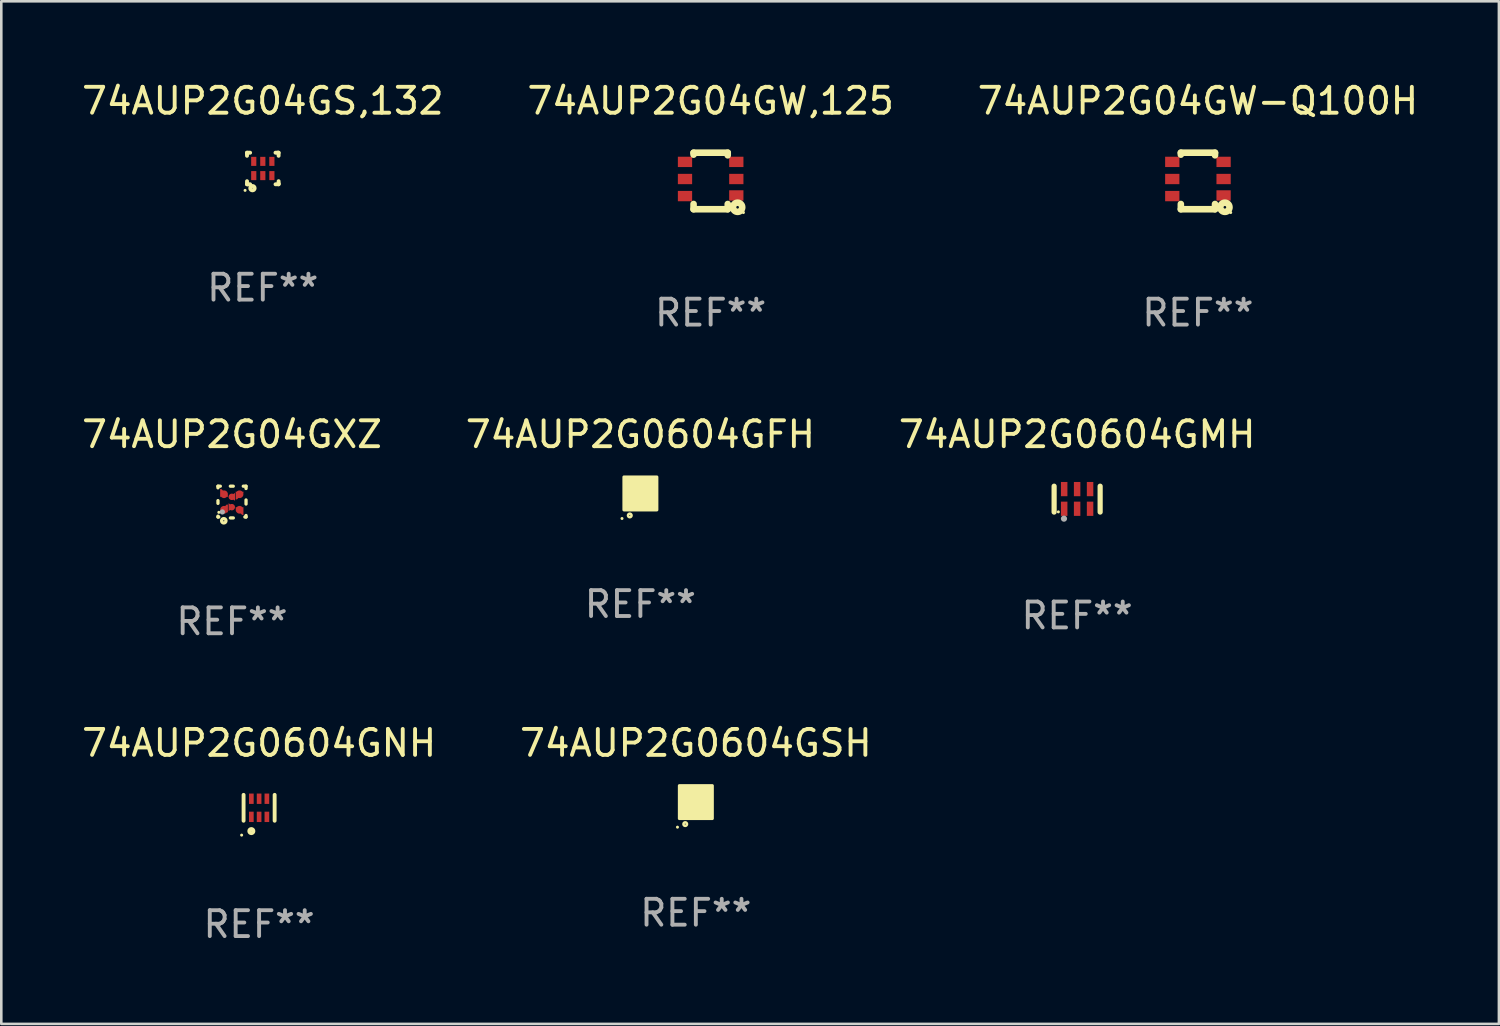
<source format=kicad_pcb>
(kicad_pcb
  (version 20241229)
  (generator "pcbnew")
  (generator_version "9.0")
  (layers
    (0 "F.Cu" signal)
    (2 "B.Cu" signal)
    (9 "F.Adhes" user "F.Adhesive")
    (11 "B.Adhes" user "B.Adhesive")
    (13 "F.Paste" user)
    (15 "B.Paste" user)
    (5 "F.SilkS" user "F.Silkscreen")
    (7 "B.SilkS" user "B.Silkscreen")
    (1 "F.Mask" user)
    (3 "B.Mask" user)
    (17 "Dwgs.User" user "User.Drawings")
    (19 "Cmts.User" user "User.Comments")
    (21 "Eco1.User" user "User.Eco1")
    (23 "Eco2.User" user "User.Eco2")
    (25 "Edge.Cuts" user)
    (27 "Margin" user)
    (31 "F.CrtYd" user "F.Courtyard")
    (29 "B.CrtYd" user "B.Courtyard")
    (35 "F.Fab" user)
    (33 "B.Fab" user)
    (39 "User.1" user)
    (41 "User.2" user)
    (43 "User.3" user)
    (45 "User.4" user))
  (footprint "74AUP2G0604GMH"
    (layer "F.Cu")
    (at 38.554 16.229)
    (property "Reference" "74AUP2G0604GMH" (at 0 -2.5 0) (layer "F.SilkS") (effects (font (size 1 1) (thickness 0.15))))
    (attr through_hole)
    (fp_line (start -0.889 0.5) (end -0.889 -0.5) (stroke (width 0.2) (type solid)) (layer "F.SilkS"))
    (fp_line (start 0.889 0.5) (end 0.889 -0.5) (stroke (width 0.2) (type solid)) (layer "F.SilkS"))
    (fp_circle (center -0.725 0.492) (end -0.695 0.492) (stroke (width 0.06) (type solid)) (fill no) (layer "F.SilkS"))
    (fp_circle (center -0.508 0.754) (end -0.448 0.754) (stroke (width 0.12) (type solid)) (fill no) (layer "F.Fab"))
    (fp_text user "REF**" (at 0 4.5 0) (layer "F.Fab") (effects (font (size 1 1) (thickness 0.15))))
    (pad "1" smd rect (at -0.5 0.372) (size 0.25 0.55) (layers "F.Cu" "F.Mask" "F.Paste"))
    (pad "2" smd rect (at -0.000127 0.372) (size 0.25 0.55) (layers "F.Cu" "F.Mask" "F.Paste"))
    (pad "3" smd rect (at 0.5 0.372) (size 0.25 0.55) (layers "F.Cu" "F.Mask" "F.Paste"))
    (pad "4" smd rect (at 0.5 -0.388 180) (size 0.25 0.55) (layers "F.Cu" "F.Mask" "F.Paste"))
    (pad "5" smd rect (at -0.000127 -0.388 180) (size 0.25 0.55) (layers "F.Cu" "F.Mask" "F.Paste"))
    (pad "6" smd rect (at -0.5 -0.388 180) (size 0.25 0.55) (layers "F.Cu" "F.Mask" "F.Paste")))
  (footprint "74AUP2G0604GFH"
    (layer "F.Cu")
    (at 21.685 16.009)
    (property "Reference" "74AUP2G0604GFH" (at 0 -2.28 0) (layer "F.SilkS") (effects (font (size 1 1) (thickness 0.15))))
    (attr through_hole)
    (fp_circle (center -0.71 0.968) (end -0.68 0.968) (stroke (width 0.06) (type solid)) (fill no) (layer "F.SilkS"))
    (fp_circle (center -0.41 0.85) (end -0.342 0.85) (stroke (width 0.1) (type solid)) (fill no) (layer "F.SilkS"))
    (fp_poly (pts (xy -0.635 -0.635) (xy 0.635 -0.635) (xy 0.635 0.635) (xy -0.635 0.635)) (stroke (width 0.12) (type solid)) (fill yes) (layer "F.SilkS"))
    (fp_text user "REF**" (at 0 4.28 0) (layer "F.Fab") (effects (font (size 1 1) (thickness 0.15))))
    (pad "1" smd rect (at -0.35 0.28 90) (size 0.35 0.2) (layers "F.Cu" "F.Mask" "F.Paste"))
    (pad "2" smd rect (at 0 0.28 90) (size 0.35 0.2) (layers "F.Cu" "F.Mask" "F.Paste"))
    (pad "3" smd rect (at 0.35 0.28 90) (size 0.35 0.2) (layers "F.Cu" "F.Mask" "F.Paste"))
    (pad "4" smd rect (at 0.35 -0.28 90) (size 0.35 0.2) (layers "F.Cu" "F.Mask" "F.Paste"))
    (pad "5" smd rect (at 0 -0.28 90) (size 0.35 0.2) (layers "F.Cu" "F.Mask" "F.Paste"))
    (pad "6" smd rect (at -0.35 -0.28 90) (size 0.35 0.2) (layers "F.Cu" "F.Mask" "F.Paste")))
  (footprint "74AUP2G0604GSH"
    (layer "F.Cu")
    (at 23.827 27.931)
    (property "Reference" "74AUP2G0604GSH" (at 0 -2.28 0) (layer "F.SilkS") (effects (font (size 1 1) (thickness 0.15))))
    (attr through_hole)
    (fp_circle (center -0.71 0.968) (end -0.68 0.968) (stroke (width 0.06) (type solid)) (fill no) (layer "F.SilkS"))
    (fp_circle (center -0.41 0.85) (end -0.342 0.85) (stroke (width 0.1) (type solid)) (fill no) (layer "F.SilkS"))
    (fp_poly (pts (xy -0.635 -0.635) (xy 0.635 -0.635) (xy 0.635 0.635) (xy -0.635 0.635)) (stroke (width 0.12) (type solid)) (fill yes) (layer "F.SilkS"))
    (fp_text user "REF**" (at 0 4.28 0) (layer "F.Fab") (effects (font (size 1 1) (thickness 0.15))))
    (pad "1" smd rect (at -0.35 0.28 90) (size 0.35 0.2) (layers "F.Cu" "F.Mask" "F.Paste"))
    (pad "2" smd rect (at 0 0.28 90) (size 0.35 0.2) (layers "F.Cu" "F.Mask" "F.Paste"))
    (pad "3" smd rect (at 0.35 0.28 90) (size 0.35 0.2) (layers "F.Cu" "F.Mask" "F.Paste"))
    (pad "4" smd rect (at 0.35 -0.28 90) (size 0.35 0.2) (layers "F.Cu" "F.Mask" "F.Paste"))
    (pad "5" smd rect (at 0 -0.28 90) (size 0.35 0.2) (layers "F.Cu" "F.Mask" "F.Paste"))
    (pad "6" smd rect (at -0.35 -0.28 90) (size 0.35 0.2) (layers "F.Cu" "F.Mask" "F.Paste")))
  (footprint "74AUP2G04GW,125"
    (layer "F.Cu")
    (at 24.399 3.94)
    (property "Reference" "74AUP2G04GW,125" (at 0 -3.092 0) (layer "F.SilkS") (effects (font (size 1 1) (thickness 0.15))))
    (attr through_hole)
    (fp_line (start -0.66 -1.092) (end -0.66 -1.016) (stroke (width 0.254) (type solid)) (layer "F.SilkS"))
    (fp_line (start -0.66 1.092) (end -0.66 0.889) (stroke (width 0.254) (type solid)) (layer "F.SilkS"))
    (fp_line (start 0.66 -1.092) (end -0.66 -1.092) (stroke (width 0.254) (type solid)) (layer "F.SilkS"))
    (fp_line (start 0.66 -0.991) (end 0.66 -1.092) (stroke (width 0.254) (type solid)) (layer "F.SilkS"))
    (fp_line (start 0.66 0.889) (end 0.66 1.092) (stroke (width 0.254) (type solid)) (layer "F.SilkS"))
    (fp_line (start 0.66 1.092) (end -0.66 1.092) (stroke (width 0.254) (type solid)) (layer "F.SilkS"))
    (fp_circle (center 1.041 1.016) (end 1.092 1.016) (stroke (width 0.254) (type solid)) (fill no) (layer "F.SilkS"))
    (fp_circle (center 1.266 1.219) (end 1.296 1.219) (stroke (width 0.06) (type solid)) (fill no) (layer "F.SilkS"))
    (fp_text user "REF**" (at 0 5.092 0) (layer "F.Fab") (effects (font (size 1 1) (thickness 0.15))))
    (pad "1" smd rect (at 0.991 0.559 270) (size 0.399 0.551) (layers "F.Cu" "F.Mask" "F.Paste"))
    (pad "2" smd rect (at 0.991 -0.076 270) (size 0.399 0.551) (layers "F.Cu" "F.Mask" "F.Paste"))
    (pad "3" smd rect (at 0.991 -0.737 270) (size 0.399 0.551) (layers "F.Cu" "F.Mask" "F.Paste"))
    (pad "4" smd rect (at -0.991 -0.737 270) (size 0.399 0.551) (layers "F.Cu" "F.Mask" "F.Paste"))
    (pad "5" smd rect (at -0.991 -0.076 270) (size 0.399 0.551) (layers "F.Cu" "F.Mask" "F.Paste"))
    (pad "6" smd rect (at -0.991 0.584 270) (size 0.399 0.551) (layers "F.Cu" "F.Mask" "F.Paste")))
  (footprint "74AUP2G04GS,132"
    (layer "F.Cu")
    (at 7.101 3.458)
    (property "Reference" "74AUP2G04GS,132" (at 0 -2.61 0) (layer "F.SilkS") (effects (font (size 1 1) (thickness 0.15))))
    (attr through_hole)
    (fp_line (start -0.61 -0.61) (end -0.49 -0.61) (stroke (width 0.15) (type solid)) (layer "F.SilkS"))
    (fp_line (start -0.61 -0.58) (end -0.61 -0.61) (stroke (width 0.15) (type solid)) (layer "F.SilkS"))
    (fp_line (start -0.61 -0.49) (end -0.61 -0.58) (stroke (width 0.15) (type solid)) (layer "F.SilkS"))
    (fp_line (start -0.61 0.61) (end -0.61 0.491) (stroke (width 0.15) (type solid)) (layer "F.SilkS"))
    (fp_line (start -0.58 0.61) (end -0.61 0.61) (stroke (width 0.15) (type solid)) (layer "F.SilkS"))
    (fp_line (start -0.49 0.61) (end -0.58 0.61) (stroke (width 0.15) (type solid)) (layer "F.SilkS"))
    (fp_line (start 0.49 -0.61) (end 0.58 -0.61) (stroke (width 0.15) (type solid)) (layer "F.SilkS"))
    (fp_line (start 0.58 -0.61) (end 0.61 -0.61) (stroke (width 0.15) (type solid)) (layer "F.SilkS"))
    (fp_line (start 0.61 -0.61) (end 0.61 -0.49) (stroke (width 0.15) (type solid)) (layer "F.SilkS"))
    (fp_line (start 0.61 0.49) (end 0.61 0.58) (stroke (width 0.15) (type solid)) (layer "F.SilkS"))
    (fp_line (start 0.61 0.58) (end 0.61 0.61) (stroke (width 0.15) (type solid)) (layer "F.SilkS"))
    (fp_line (start 0.61 0.61) (end 0.491 0.61) (stroke (width 0.15) (type solid)) (layer "F.SilkS"))
    (fp_circle (center -0.685 0.845) (end -0.655 0.845) (stroke (width 0.06) (type solid)) (fill no) (layer "F.SilkS"))
    (fp_circle (center -0.4 0.76) (end -0.39 0.76) (stroke (width 0.15) (type solid)) (fill no) (layer "F.SilkS"))
    (fp_text user "REF**" (at 0 4.61 0) (layer "F.Fab") (effects (font (size 1 1) (thickness 0.15))))
    (pad "1" smd rect (at -0.35 0.275) (size 0.2 0.35) (layers "F.Cu" "F.Mask" "F.Paste"))
    (pad "2" smd rect (at -0.000038 0.275) (size 0.2 0.35) (layers "F.Cu" "F.Mask" "F.Paste"))
    (pad "3" smd rect (at 0.35 0.275) (size 0.2 0.35) (layers "F.Cu" "F.Mask" "F.Paste"))
    (pad "4" smd rect (at 0.35 -0.275) (size 0.2 0.35) (layers "F.Cu" "F.Mask" "F.Paste"))
    (pad "5" smd rect (at -0.000038 -0.275) (size 0.2 0.35) (layers "F.Cu" "F.Mask" "F.Paste"))
    (pad "6" smd rect (at -0.35 -0.275) (size 0.2 0.35) (layers "F.Cu" "F.Mask" "F.Paste")))
  (footprint "74AUP2G0604GNH"
    (layer "F.Cu")
    (at 6.958 28.151)
    (property "Reference" "74AUP2G0604GNH" (at 0 -2.5 0) (layer "F.SilkS") (effects (font (size 1 1) (thickness 0.15))))
    (attr through_hole)
    (fp_line (start -0.6 -0.5) (end -0.6 0.5) (stroke (width 0.15) (type solid)) (layer "F.SilkS"))
    (fp_line (start 0.6 0.5) (end 0.6 -0.5) (stroke (width 0.15) (type solid)) (layer "F.SilkS"))
    (fp_circle (center -0.675 1.055) (end -0.645 1.055) (stroke (width 0.06) (type solid)) (fill no) (layer "F.SilkS"))
    (fp_circle (center -0.3 0.9) (end -0.22 0.9) (stroke (width 0.15) (type solid)) (fill no) (layer "F.SilkS"))
    (fp_text user "REF**" (at 0 4.5 0) (layer "F.Fab") (effects (font (size 1 1) (thickness 0.15))))
    (pad "1" smd rect (at -0.3 0.35) (size 0.18 0.4) (layers "F.Cu" "F.Mask" "F.Paste"))
    (pad "2" smd rect (at 0.000025 0.35) (size 0.18 0.4) (layers "F.Cu" "F.Mask" "F.Paste"))
    (pad "3" smd rect (at 0.3 0.35) (size 0.18 0.4) (layers "F.Cu" "F.Mask" "F.Paste"))
    (pad "4" smd rect (at 0.3 -0.35) (size 0.18 0.4) (layers "F.Cu" "F.Mask" "F.Paste"))
    (pad "5" smd rect (at 0.000025 -0.35) (size 0.18 0.4) (layers "F.Cu" "F.Mask" "F.Paste"))
    (pad "6" smd rect (at -0.3 -0.35) (size 0.18 0.4) (layers "F.Cu" "F.Mask" "F.Paste")))
  (footprint "74AUP2G04GW-Q100H"
    (layer "F.Cu")
    (at 43.22 3.94)
    (property "Reference" "74AUP2G04GW-Q100H" (at 0 -3.092 0) (layer "F.SilkS") (effects (font (size 1 1) (thickness 0.15))))
    (attr through_hole)
    (fp_line (start -0.66 -1.092) (end -0.66 -1.016) (stroke (width 0.254) (type solid)) (layer "F.SilkS"))
    (fp_line (start -0.66 1.092) (end -0.66 0.889) (stroke (width 0.254) (type solid)) (layer "F.SilkS"))
    (fp_line (start 0.66 -1.092) (end -0.66 -1.092) (stroke (width 0.254) (type solid)) (layer "F.SilkS"))
    (fp_line (start 0.66 -0.991) (end 0.66 -1.092) (stroke (width 0.254) (type solid)) (layer "F.SilkS"))
    (fp_line (start 0.66 0.889) (end 0.66 1.092) (stroke (width 0.254) (type solid)) (layer "F.SilkS"))
    (fp_line (start 0.66 1.092) (end -0.66 1.092) (stroke (width 0.254) (type solid)) (layer "F.SilkS"))
    (fp_circle (center 1.041 1.016) (end 1.092 1.016) (stroke (width 0.254) (type solid)) (fill no) (layer "F.SilkS"))
    (fp_circle (center 1.266 1.219) (end 1.296 1.219) (stroke (width 0.06) (type solid)) (fill no) (layer "F.SilkS"))
    (fp_text user "REF**" (at 0 5.092 0) (layer "F.Fab") (effects (font (size 1 1) (thickness 0.15))))
    (pad "1" smd rect (at 0.991 0.559 270) (size 0.399 0.551) (layers "F.Cu" "F.Mask" "F.Paste"))
    (pad "2" smd rect (at 0.991 -0.076 270) (size 0.399 0.551) (layers "F.Cu" "F.Mask" "F.Paste"))
    (pad "3" smd rect (at 0.991 -0.737 270) (size 0.399 0.551) (layers "F.Cu" "F.Mask" "F.Paste"))
    (pad "4" smd rect (at -0.991 -0.737 270) (size 0.399 0.551) (layers "F.Cu" "F.Mask" "F.Paste"))
    (pad "5" smd rect (at -0.991 -0.076 270) (size 0.399 0.551) (layers "F.Cu" "F.Mask" "F.Paste"))
    (pad "6" smd rect (at -0.991 0.584 270) (size 0.399 0.551) (layers "F.Cu" "F.Mask" "F.Paste")))
  (footprint "74AUP2G04GXZ"
    (layer "F.Cu")
    (at 5.911 16.342)
    (property "Reference" "74AUP2G04GXZ" (at 0 -2.613 0) (layer "F.SilkS") (effects (font (size 1 1) (thickness 0.15))))
    (attr through_hole)
    (fp_line (start -0.542 -0.613) (end -0.451 -0.613) (stroke (width 0.127) (type solid)) (layer "F.SilkS"))
    (fp_line (start -0.542 -0.55) (end -0.542 -0.613) (stroke (width 0.127) (type solid)) (layer "F.SilkS"))
    (fp_line (start -0.542 0.05) (end -0.542 -0.055) (stroke (width 0.127) (type solid)) (layer "F.SilkS"))
    (fp_line (start -0.542 0.577) (end -0.542 0.545) (stroke (width 0.127) (type solid)) (layer "F.SilkS"))
    (fp_line (start -0.512 0.577) (end -0.542 0.577) (stroke (width 0.127) (type solid)) (layer "F.SilkS"))
    (fp_line (start -0.064 -0.613) (end 0.049 -0.613) (stroke (width 0.127) (type solid)) (layer "F.SilkS"))
    (fp_line (start -0.062 0.613) (end 0.051 0.613) (stroke (width 0.127) (type solid)) (layer "F.SilkS"))
    (fp_line (start 0.436 -0.613) (end 0.542 -0.613) (stroke (width 0.127) (type solid)) (layer "F.SilkS"))
    (fp_line (start 0.542 -0.613) (end 0.542 -0.524) (stroke (width 0.127) (type solid)) (layer "F.SilkS"))
    (fp_line (start 0.542 -0.081) (end 0.542 0.076) (stroke (width 0.127) (type solid)) (layer "F.SilkS"))
    (fp_line (start 0.542 0.519) (end 0.542 0.577) (stroke (width 0.127) (type solid)) (layer "F.SilkS"))
    (fp_line (start 0.542 0.577) (end 0.497 0.577) (stroke (width 0.127) (type solid)) (layer "F.SilkS"))
    (fp_circle (center -0.508 0.397) (end -0.478 0.397) (stroke (width 0.06) (type solid)) (fill no) (layer "F.SilkS"))
    (fp_circle (center -0.317 0.723) (end -0.296 0.723) (stroke (width 0.127) (type solid)) (fill no) (layer "F.SilkS"))
    (fp_circle (center -0.373 0.382) (end -0.322 0.382) (stroke (width 0.1) (type solid)) (fill no) (layer "F.Fab"))
    (fp_text user "REF**" (at 0 4.613 0) (layer "F.Fab") (effects (font (size 1 1) (thickness 0.15))))
    (pad "1" smd custom (at -0.308 0.298 90) (size 0.3 0.3) (layers "F.Cu" "F.Mask" "F.Paste") (options (anchor circle)) (primitives (gr_poly (pts (xy -0.1 0.15) (xy 0.2 0.15) (xy 0.2 0.1) (xy -0.05 -0.15) (xy -0.1 -0.15)) (width 0) (fill yes))))
    (pad "2" smd custom (at -0.008 0.197 90) (size 0.25 0.3) (layers "F.Cu" "F.Mask" "F.Paste") (options (anchor circle)) (primitives (gr_poly (pts (xy -0.15 -0.125) (xy 0.15 -0.125) (xy 0.000076 0.125)) (width 0) (fill yes))))
    (pad "3" smd custom (at 0.292 0.298 90) (size 0.3 0.3) (layers "F.Cu" "F.Mask" "F.Paste") (options (anchor circle)) (primitives (gr_poly (pts (xy 0.1 0.15) (xy 0.1 -0.15) (xy 0.05 -0.15) (xy -0.2 0.1) (xy -0.2 0.15)) (width 0) (fill yes))))
    (pad "4" smd custom (at 0.292 -0.302 90) (size 0.3 0.3) (layers "F.Cu" "F.Mask" "F.Paste") (options (anchor circle)) (primitives (gr_poly (pts (xy 0.1 -0.15) (xy -0.2 -0.15) (xy -0.2 -0.1) (xy 0.05 0.15) (xy 0.1 0.15)) (width 0) (fill yes))))
    (pad "5" smd custom (at -0.008 -0.202 90) (size 0.25 0.3) (layers "F.Cu" "F.Mask" "F.Paste") (options (anchor circle)) (primitives (gr_poly (pts (xy -0.15 0.125) (xy 0.15 0.125) (xy 0.000051 -0.125)) (width 0) (fill yes))))
    (pad "6" smd custom (at -0.308 -0.302 90) (size 0.3 0.3) (layers "F.Cu" "F.Mask" "F.Paste") (options (anchor circle)) (primitives (gr_poly (pts (xy -0.1 -0.15) (xy 0.2 -0.15) (xy 0.2 -0.1) (xy -0.05 0.15) (xy -0.1 0.15)) (width 0) (fill yes)))))
  (gr_rect
    (start -3 -3)
    (end 54.845 36.499)
    (stroke (width 0.1) (type default))
    (fill no)
    (layer "Edge.Cuts")))
</source>
